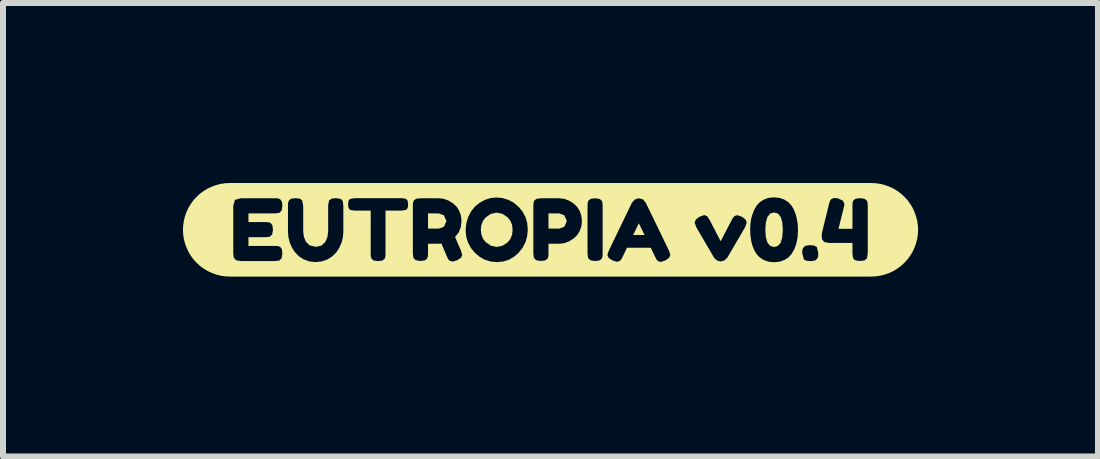
<source format=kicad_pcb>
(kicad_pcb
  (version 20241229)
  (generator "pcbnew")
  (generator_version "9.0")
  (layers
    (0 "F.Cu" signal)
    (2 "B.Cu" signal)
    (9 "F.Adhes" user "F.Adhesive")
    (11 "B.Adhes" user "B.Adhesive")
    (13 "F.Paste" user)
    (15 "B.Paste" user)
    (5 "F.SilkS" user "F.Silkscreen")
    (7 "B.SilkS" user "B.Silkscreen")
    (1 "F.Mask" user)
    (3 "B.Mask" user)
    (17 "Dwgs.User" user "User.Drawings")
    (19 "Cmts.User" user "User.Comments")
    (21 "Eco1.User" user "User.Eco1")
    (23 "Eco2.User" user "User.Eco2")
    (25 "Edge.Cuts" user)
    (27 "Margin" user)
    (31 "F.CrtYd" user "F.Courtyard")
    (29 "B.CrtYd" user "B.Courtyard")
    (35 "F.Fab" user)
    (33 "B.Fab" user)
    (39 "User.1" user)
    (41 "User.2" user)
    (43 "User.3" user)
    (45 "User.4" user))
  (footprint "kibuzzard-62649B95"
    (layer "F.Cu")
    (at 6.128 0.781)
    (property "Reference" "kibuzzard-62649B95" (at 0 -0.78 180) (layer "F.SilkS") (effects (font (size 0.001 0.001) (thickness 0.000003))))
    (attr board_only exclude_from_pos_files exclude_from_bom)
    (fp_poly (pts (xy 1.472 -0.109) (xy 1.378 0.087) (xy 1.568 0.087) (xy 1.472 -0.109)) (stroke (width 0) (type solid)) (fill yes) (layer "F.SilkS"))
    (fp_poly (pts (xy -2.042 -0.02) (xy -1.86 -0.02) (xy -1.777 -0.051) (xy -1.735 -0.146) (xy -1.777 -0.241) (xy -1.862 -0.273) (xy -2.042 -0.273) (xy -2.042 -0.02)) (stroke (width 0) (type solid)) (fill yes) (layer "F.SilkS"))
    (fp_poly (pts (xy 0.145 -0.273) (xy -0.034 -0.273) (xy -0.034 -0.02) (xy 0.146 -0.02) (xy 0.231 -0.051) (xy 0.272 -0.146) (xy 0.231 -0.241) (xy 0.145 -0.273)) (stroke (width 0) (type solid)) (fill yes) (layer "F.SilkS"))
    (fp_poly (pts (xy 3.725 0.287) (xy 3.79 0.27) (xy 3.836 0.217) (xy 3.863 0.13) (xy 3.873 0.007) (xy 3.873 -0.001) (xy 3.864 -0.127) (xy 3.836 -0.217) (xy 3.791 -0.271) (xy 3.727 -0.289) (xy 3.663 -0.271) (xy 3.618 -0.217) (xy 3.59 -0.127) (xy 3.581 -0.001) (xy 3.59 0.125) (xy 3.617 0.215) (xy 3.662 0.269) (xy 3.725 0.287)) (stroke (width 0) (type solid)) (fill yes) (layer "F.SilkS"))
    (fp_poly (pts (xy -1.162 0) (xy -1.153 0.079) (xy -1.126 0.148) (xy -1.08 0.206) (xy -0.993 0.266) (xy -0.897 0.286) (xy -0.8 0.266) (xy -0.714 0.209) (xy -0.668 0.151) (xy -0.641 0.082) (xy -0.632 0.001) (xy -0.641 -0.08) (xy -0.669 -0.149) (xy -0.714 -0.207) (xy -0.801 -0.266) (xy -0.898 -0.286) (xy -0.994 -0.266) (xy -1.081 -0.206) (xy -1.126 -0.148) (xy -1.153 -0.079) (xy -1.162 0)) (stroke (width 0) (type solid)) (fill yes) (layer "F.SilkS"))
    (fp_poly (pts (xy -5.289 -0.78) (xy -5.261 -0.499) (xy -5.159 -0.526) (xy -4.596 -0.526) (xy -4.546 -0.524) (xy -4.508 -0.51) (xy -4.479 -0.472) (xy -4.375 -0.451) (xy -4.361 -0.489) (xy -4.323 -0.519) (xy -4.25 -0.527) (xy -4.177 -0.519) (xy -4.14 -0.489) (xy -4.123 -0.399) (xy -4.123 0.03) (xy -4.112 0.115) (xy -4.08 0.196) (xy -4.016 0.26) (xy -3.914 0.284) (xy -3.823 0.265) (xy -3.758 0.207) (xy -3.72 0.124) (xy -3.707 0.029) (xy -3.707 -0.409) (xy -3.693 -0.487) (xy -3.651 -0.519) (xy -3.583 -0.527) (xy -3.518 -0.52) (xy -3.481 -0.503) (xy -3.463 -0.473) (xy -3.368 -0.484) (xy -3.344 -0.514) (xy -3.271 -0.527) (xy -2.477 -0.527) (xy -2.41 -0.516) (xy -2.381 -0.483) (xy -2.374 -0.423) (xy -2.381 -0.364) (xy -2.405 -0.333) (xy -2.478 -0.32) (xy -2.751 -0.32) (xy -2.295 0.393) (xy -2.295 -0.4) (xy -2.293 -0.449) (xy -2.28 -0.487) (xy -2.242 -0.516) (xy -2.168 -0.526) (xy -1.86 -0.526) (xy -1.776 -0.516) (xy -1.695 -0.485) (xy -1.615 -0.434) (xy -1.563 -0.382) (xy -1.521 -0.314) (xy -1.493 -0.234) (xy -1.484 -0.146) (xy -1.496 -0.044) (xy -1.531 0.044) (xy -1.591 0.12) (xy -1.566 0.179) (xy -1.534 0.253) (xy -1.494 0.344) (xy -1.472 0.419) (xy -1.494 0.469) (xy -1.561 0.51) (xy -1.634 0.53) (xy -1.68 0.516) (xy -1.707 0.489) (xy -1.725 0.448) (xy -1.763 0.362) (xy -1.818 0.23) (xy -1.862 0.233) (xy -2.042 0.233) (xy -2.042 0.394) (xy -2.045 0.444) (xy -2.058 0.481) (xy -2.096 0.51) (xy -2.17 0.52) (xy -2.249 0.507) (xy -2.287 0.467) (xy -2.295 0.393) (xy -2.751 -0.32) (xy -2.751 0.399) (xy -2.753 0.447) (xy -2.766 0.484) (xy -2.804 0.513) (xy -2.875 0.521) (xy -2.946 0.513) (xy -2.983 0.484) (xy -2.996 0.446) (xy -2.998 0.397) (xy -2.998 -0.32) (xy -3.273 -0.32) (xy -3.34 -0.331) (xy -3.368 -0.364) (xy -3.375 -0.424) (xy -3.368 -0.484) (xy -3.463 -0.473) (xy -3.454 -0.399) (xy -3.454 0.033) (xy -3.461 0.125) (xy -3.483 0.213) (xy -3.52 0.296) (xy -3.571 0.376) (xy -3.637 0.442) (xy -3.718 0.494) (xy -3.813 0.527) (xy -3.918 0.539) (xy -4.022 0.527) (xy -4.116 0.493) (xy -4.197 0.44) (xy -4.261 0.373) (xy -4.312 0.295) (xy -4.348 0.211) (xy -4.37 0.123) (xy -4.377 0.03) (xy -4.377 -0.4) (xy -4.375 -0.451) (xy -4.479 -0.472) (xy -4.47 -0.399) (xy -4.483 -0.319) (xy -4.523 -0.281) (xy -4.597 -0.273) (xy -5.036 -0.273) (xy -5.036 -0.129) (xy -4.753 -0.129) (xy -4.703 -0.126) (xy -4.666 -0.113) (xy -4.637 -0.075) (xy -4.627 -0.001) (xy -4.641 0.078) (xy -4.681 0.116) (xy -4.756 0.124) (xy -5.036 0.124) (xy -5.036 0.269) (xy -4.596 0.269) (xy -4.546 0.271) (xy -4.508 0.284) (xy -4.479 0.322) (xy -4.47 0.396) (xy -4.483 0.475) (xy -4.523 0.513) (xy -4.597 0.521) (xy -5.163 0.521) (xy -5.242 0.508) (xy -5.28 0.467) (xy -5.289 0.394) (xy -5.289 -0.4) (xy -5.261 -0.499) (xy -5.289 -0.78) (xy -5.348 -0.78) (xy -5.424 -0.776) (xy -5.5 -0.765) (xy -5.574 -0.746) (xy -5.646 -0.72) (xy -5.716 -0.688) (xy -5.781 -0.648) (xy -5.843 -0.603) (xy -5.899 -0.551) (xy -5.951 -0.495) (xy -5.996 -0.433) (xy -6.036 -0.368) (xy -6.068 -0.298) (xy -6.094 -0.226) (xy -6.113 -0.152) (xy -6.124 -0.076) (xy -6.128 0) (xy -6.124 0.076) (xy -6.113 0.152) (xy -6.094 0.226) (xy -6.068 0.298) (xy -6.036 0.368) (xy -5.996 0.433) (xy -5.951 0.495) (xy -5.899 0.551) (xy -5.843 0.603) (xy -5.781 0.648) (xy -5.716 0.688) (xy -5.646 0.72) (xy -5.574 0.746) (xy -5.5 0.765) (xy -5.424 0.776) (xy -5.348 0.78) (xy -5.289 0.78) (xy 5.289 0.78) (xy 4.44 0.286) (xy 4.464 0.386) (xy 4.464 0.391) (xy 4.462 0.442) (xy 4.447 0.481) (xy 4.409 0.513) (xy 4.339 0.523) (xy 4.267 0.516) (xy 4.225 0.496) (xy 4.197 0.393) (xy 4.197 0.387) (xy 4.199 0.337) (xy 4.213 0.299) (xy 4.25 0.266) (xy 4.321 0.256) (xy 4.394 0.263) (xy 4.44 0.286) (xy 5.289 0.78) (xy 5.348 0.78) (xy 5.289 -0.4) (xy 5.289 0.394) (xy 5.275 0.476) (xy 5.234 0.511) (xy 5.164 0.52) (xy 5.098 0.513) (xy 5.061 0.496) (xy 5.043 0.467) (xy 5.034 0.393) (xy 5.034 0.219) (xy 4.647 0.219) (xy 4.567 0.205) (xy 4.528 0.164) (xy 4.521 0.103) (xy 4.526 0.046) (xy 4.644 -0.433) (xy 4.659 -0.483) (xy 4.685 -0.516) (xy 4.734 -0.531) (xy 4.8 -0.521) (xy 4.875 -0.485) (xy 4.9 -0.43) (xy 4.89 -0.37) (xy 4.888 -0.366) (xy 4.801 -0.017) (xy 5.034 -0.017) (xy 5.034 -0.407) (xy 5.036 -0.456) (xy 5.05 -0.491) (xy 5.089 -0.519) (xy 5.162 -0.527) (xy 5.234 -0.518) (xy 5.273 -0.488) (xy 5.286 -0.45) (xy 5.289 -0.4) (xy 5.348 0.78) (xy 5.424 0.776) (xy 5.5 0.765) (xy 5.574 0.746) (xy 5.646 0.72) (xy 5.716 0.688) (xy 5.781 0.648) (xy 5.843 0.603) (xy 5.899 0.551) (xy 5.951 0.495) (xy 5.996 0.433) (xy 6.036 0.368) (xy 6.068 0.298) (xy 6.094 0.226) (xy 6.113 0.152) (xy 6.124 0.076) (xy 6.128 0) (xy 6.124 -0.076) (xy 6.113 -0.152) (xy 6.094 -0.226) (xy 6.068 -0.298) (xy 6.036 -0.368) (xy 5.996 -0.433) (xy 5.951 -0.495) (xy 5.899 -0.551) (xy -0.902 -0.539) (xy -0.8 -0.529) (xy -0.705 -0.5) (xy -0.616 -0.453) (xy -0.535 -0.386) (xy -0.467 -0.305) (xy -0.418 -0.214) (xy -0.389 -0.115) (xy -0.379 -0.006) (xy -0.389 0.103) (xy -0.286 0.393) (xy -0.286 -0.4) (xy -0.284 -0.449) (xy -0.271 -0.487) (xy -0.233 -0.516) (xy -0.159 -0.526) (xy 0.146 -0.526) (xy 0.229 -0.516) (xy 0.311 -0.485) (xy 0.391 -0.434) (xy 0.617 -0.4) (xy 0.619 -0.449) (xy 0.632 -0.487) (xy 0.67 -0.516) (xy 0.744 -0.526) (xy 0.823 -0.513) (xy 0.862 -0.473) (xy 1.358 -0.453) (xy 1.406 -0.506) (xy 1.474 -0.526) (xy 1.541 -0.507) (xy 1.588 -0.451) (xy 3.073 -0.232) (xy 3.118 -0.244) (xy 3.197 -0.214) (xy 3.253 -0.169) (xy 3.271 -0.12) (xy 3.243 -0.041) (xy 3.328 -0.001) (xy 3.332 -0.092) (xy 3.343 -0.174) (xy 3.362 -0.246) (xy 3.397 -0.336) (xy 3.437 -0.405) (xy 3.487 -0.458) (xy 3.553 -0.502) (xy 3.634 -0.532) (xy 3.727 -0.541) (xy 3.819 -0.532) (xy 3.899 -0.503) (xy 3.965 -0.46) (xy 4.015 -0.407) (xy 4.053 -0.345) (xy 4.083 -0.273) (xy 4.106 -0.185) (xy 4.121 -0.094) (xy 4.126 0) (xy 4.119 0.123) (xy 4.098 0.232) (xy 4.063 0.328) (xy 4.014 0.41) (xy 3.965 0.462) (xy 3.899 0.504) (xy 3.82 0.532) (xy 3.728 0.541) (xy 3.637 0.532) (xy 3.556 0.504) (xy 3.489 0.461) (xy 3.439 0.41) (xy 3.401 0.349) (xy 3.37 0.277) (xy 3.347 0.192) (xy 3.333 0.099) (xy 3.328 -0.001) (xy 3.243 -0.041) (xy 2.947 0.466) (xy 2.901 0.509) (xy 2.839 0.529) (xy 2.78 0.514) (xy 2.741 0.483) (xy 2.728 0.467) (xy 2.431 -0.041) (xy 2.402 -0.119) (xy 2.421 -0.168) (xy 2.477 -0.214) (xy 2.562 -0.246) (xy 2.612 -0.226) (xy 2.65 -0.169) (xy 2.837 0.191) (xy 3.024 -0.169) (xy 3.048 -0.208) (xy 3.073 -0.232) (xy 1.588 -0.451) (xy 1.974 0.346) (xy 1.998 0.419) (xy 1.977 0.468) (xy 1.915 0.511) (xy 1.839 0.536) (xy 1.793 0.523) (xy 1.767 0.496) (xy 1.745 0.453) (xy 1.671 0.299) (xy 1.275 0.299) (xy 1.201 0.453) (xy 1.179 0.494) (xy 1.153 0.521) (xy 1.107 0.534) (xy 1.031 0.51) (xy 0.969 0.467) (xy 0.948 0.419) (xy 0.972 0.346) (xy 1.358 -0.453) (xy 0.862 -0.473) (xy 0.869 -0.399) (xy 0.869 0.396) (xy 0.867 0.446) (xy 0.854 0.483) (xy 0.816 0.512) (xy 0.742 0.521) (xy 0.663 0.508) (xy 0.625 0.467) (xy 0.617 0.394) (xy 0.617 -0.4) (xy 0.391 -0.434) (xy 0.444 -0.382) (xy 0.486 -0.314) (xy 0.514 -0.234) (xy 0.524 -0.146) (xy 0.514 -0.057) (xy 0.486 0.022) (xy 0.444 0.089) (xy 0.391 0.141) (xy 0.311 0.192) (xy 0.229 0.223) (xy 0.145 0.233) (xy -0.034 0.233) (xy -0.034 0.394) (xy -0.036 0.444) (xy -0.049 0.481) (xy -0.087 0.51) (xy -0.161 0.52) (xy -0.24 0.507) (xy -0.278 0.467) (xy -0.286 0.393) (xy -0.389 0.103) (xy -0.416 0.203) (xy -0.463 0.295) (xy -0.528 0.379) (xy -0.607 0.449) (xy -0.694 0.499) (xy -0.789 0.529) (xy -0.894 0.539) (xy -0.998 0.529) (xy -1.095 0.499) (xy -1.183 0.45) (xy -1.263 0.381) (xy -1.33 0.299) (xy -1.377 0.209) (xy -1.406 0.112) (xy -1.415 0.007) (xy -1.404 -0.108) (xy -1.372 -0.215) (xy -1.322 -0.31) (xy -1.258 -0.389) (xy -1.181 -0.451) (xy -1.094 -0.499) (xy -0.999 -0.529) (xy -0.902 -0.539) (xy 5.899 -0.551) (xy 5.843 -0.603) (xy 5.781 -0.648) (xy 5.716 -0.688) (xy 5.646 -0.72) (xy 5.574 -0.746) (xy 5.5 -0.765) (xy 5.424 -0.776) (xy 5.348 -0.78) (xy 5.289 -0.78) (xy -5.289 -0.78)) (stroke (width 0) (type solid)) (fill yes) (layer "F.SilkS")))
  (gr_rect
    (start -3 -3)
    (end 15.255 4.56)
    (stroke (width 0.1) (type default))
    (fill no)
    (layer "Edge.Cuts")))
</source>
